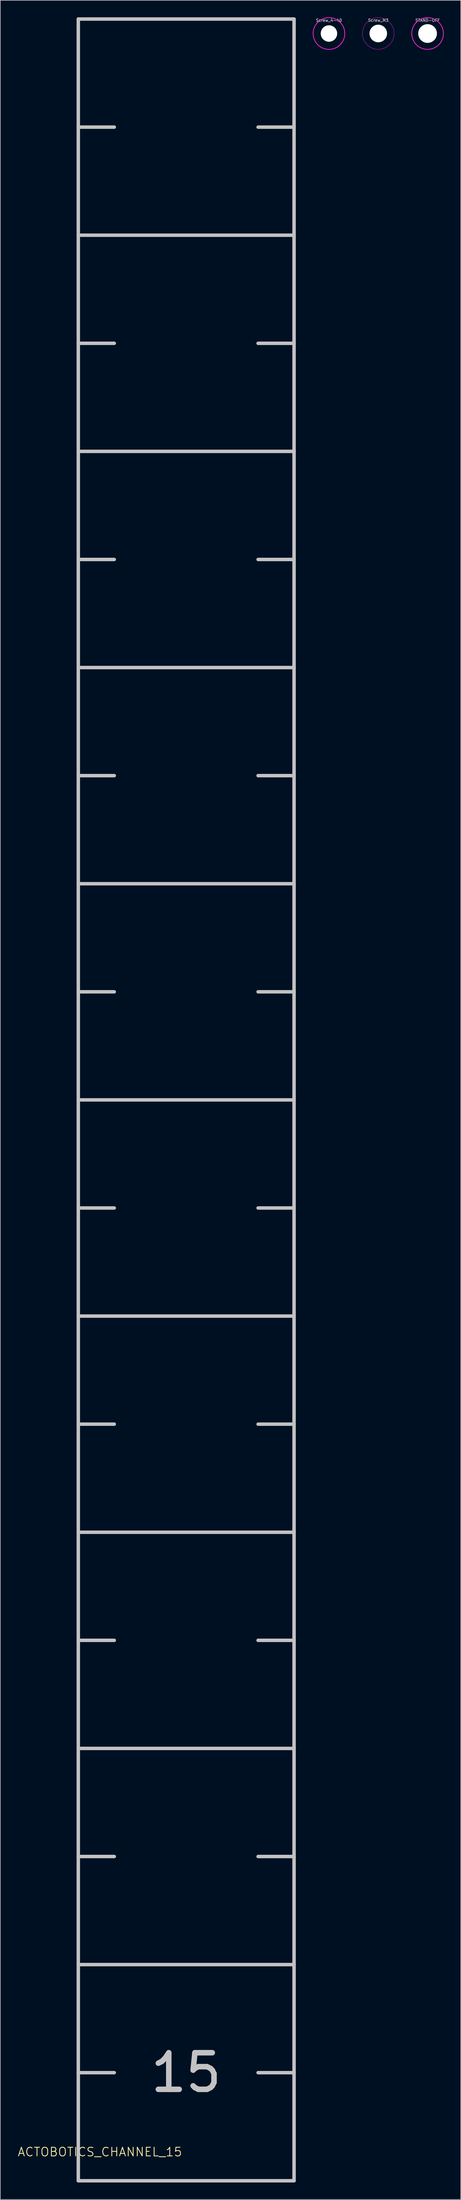
<source format=kicad_pcb>
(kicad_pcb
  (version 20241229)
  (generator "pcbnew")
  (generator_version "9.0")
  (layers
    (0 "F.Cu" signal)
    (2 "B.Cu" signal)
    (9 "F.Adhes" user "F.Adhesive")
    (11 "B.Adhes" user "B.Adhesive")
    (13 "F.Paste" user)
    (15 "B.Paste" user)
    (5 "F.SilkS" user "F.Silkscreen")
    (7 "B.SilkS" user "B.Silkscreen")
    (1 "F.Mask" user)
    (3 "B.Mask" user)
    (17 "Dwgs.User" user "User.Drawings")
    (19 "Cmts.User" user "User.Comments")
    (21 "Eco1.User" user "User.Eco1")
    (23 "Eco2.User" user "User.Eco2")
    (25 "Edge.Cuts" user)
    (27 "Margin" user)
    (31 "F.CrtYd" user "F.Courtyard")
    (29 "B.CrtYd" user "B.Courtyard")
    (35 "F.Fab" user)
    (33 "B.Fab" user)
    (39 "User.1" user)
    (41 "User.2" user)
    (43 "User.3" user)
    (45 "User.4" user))
  (footprint "Screw_4-40"
    (layer "F.Cu")
    (at 55.039 2.857)
    (property "Reference" "Screw_4-40" (at 0 -2.032 0) (layer "F.Fab") (effects (font (size 0.5 0.5) (thickness 0.1)) (justify bottom)))
    (fp_circle (center 0 0) (end 2.794 0) (stroke (width 0.127) (type solid)) (fill no) (layer "F.CrtYd"))
    (pad "" np_thru_hole circle (at 0 0) (size 2.9 2.9) (drill 2.9) (layers "*.Cu" "*.Mask")))
  (footprint "ACTOBOTICS_CHANNEL_15"
    (layer "F.Cu")
    (at 10.777 381.305)
    (property "Reference" "ACTOBOTICS_CHANNEL_15" (at 3.81 -5.08 0) (layer "F.SilkS") (effects (font (size 1.524 1.524) (thickness 0.15))))
    (attr exclude_from_pos_files exclude_from_bom)
    (fp_line (start 0 -381) (end 0 -342.9) (stroke (width 0.61) (type solid)) (layer "Dwgs.User"))
    (fp_line (start 0 -361.95) (end 6.35 -361.95) (stroke (width 0.61) (type solid)) (layer "Dwgs.User"))
    (fp_line (start 0 -342.9) (end 0 -304.8) (stroke (width 0.61) (type solid)) (layer "Dwgs.User"))
    (fp_line (start 0 -342.9) (end 38.1 -342.9) (stroke (width 0.61) (type solid)) (layer "Dwgs.User"))
    (fp_line (start 0 -323.85) (end 6.35 -323.85) (stroke (width 0.61) (type solid)) (layer "Dwgs.User"))
    (fp_line (start 0 -304.8) (end 0 -190.5) (stroke (width 0.61) (type solid)) (layer "Dwgs.User"))
    (fp_line (start 0 -304.8) (end 38.1 -304.8) (stroke (width 0.61) (type solid)) (layer "Dwgs.User"))
    (fp_line (start 0 -285.75) (end 6.35 -285.75) (stroke (width 0.61) (type solid)) (layer "Dwgs.User"))
    (fp_line (start 0 -266.7) (end 38.1 -266.7) (stroke (width 0.61) (type solid)) (layer "Dwgs.User"))
    (fp_line (start 0 -247.65) (end 6.35 -247.65) (stroke (width 0.61) (type solid)) (layer "Dwgs.User"))
    (fp_line (start 0 -228.6) (end 38.1 -228.6) (stroke (width 0.61) (type solid)) (layer "Dwgs.User"))
    (fp_line (start 0 -209.55) (end 6.35 -209.55) (stroke (width 0.61) (type solid)) (layer "Dwgs.User"))
    (fp_line (start 0 -190.5) (end 0 -152.4) (stroke (width 0.61) (type solid)) (layer "Dwgs.User"))
    (fp_line (start 0 -190.5) (end 38.1 -190.5) (stroke (width 0.61) (type solid)) (layer "Dwgs.User"))
    (fp_line (start 0 -171.45) (end 6.35 -171.45) (stroke (width 0.61) (type solid)) (layer "Dwgs.User"))
    (fp_line (start 0 -152.4) (end 0 -114.3) (stroke (width 0.61) (type solid)) (layer "Dwgs.User"))
    (fp_line (start 0 -152.4) (end 38.1 -152.4) (stroke (width 0.61) (type solid)) (layer "Dwgs.User"))
    (fp_line (start 0 -133.35) (end 6.35 -133.35) (stroke (width 0.61) (type solid)) (layer "Dwgs.User"))
    (fp_line (start 0 -114.3) (end 0 -76.2) (stroke (width 0.61) (type solid)) (layer "Dwgs.User"))
    (fp_line (start 0 -114.3) (end 38.1 -114.3) (stroke (width 0.61) (type solid)) (layer "Dwgs.User"))
    (fp_line (start 0 -95.25) (end 6.35 -95.25) (stroke (width 0.61) (type solid)) (layer "Dwgs.User"))
    (fp_line (start 0 -76.2) (end 0 -57.15) (stroke (width 0.61) (type solid)) (layer "Dwgs.User"))
    (fp_line (start 0 -76.2) (end 38.1 -76.2) (stroke (width 0.61) (type solid)) (layer "Dwgs.User"))
    (fp_line (start 0 -57.15) (end 0 -38.1) (stroke (width 0.61) (type solid)) (layer "Dwgs.User"))
    (fp_line (start 0 -57.15) (end 6.35 -57.15) (stroke (width 0.61) (type solid)) (layer "Dwgs.User"))
    (fp_line (start 0 -38.1) (end 0 -19.05) (stroke (width 0.61) (type solid)) (layer "Dwgs.User"))
    (fp_line (start 0 -38.1) (end 38.1 -38.1) (stroke (width 0.61) (type solid)) (layer "Dwgs.User"))
    (fp_line (start 0 -19.05) (end 0 0) (stroke (width 0.61) (type solid)) (layer "Dwgs.User"))
    (fp_line (start 0 -19.05) (end 6.35 -19.05) (stroke (width 0.61) (type solid)) (layer "Dwgs.User"))
    (fp_line (start 0 0) (end 38.1 0) (stroke (width 0.61) (type solid)) (layer "Dwgs.User"))
    (fp_line (start 38.1 -381) (end 0 -381) (stroke (width 0.61) (type solid)) (layer "Dwgs.User"))
    (fp_line (start 38.1 -361.95) (end 31.75 -361.95) (stroke (width 0.61) (type solid)) (layer "Dwgs.User"))
    (fp_line (start 38.1 -342.9) (end 38.1 -381) (stroke (width 0.61) (type solid)) (layer "Dwgs.User"))
    (fp_line (start 38.1 -323.85) (end 31.75 -323.85) (stroke (width 0.61) (type solid)) (layer "Dwgs.User"))
    (fp_line (start 38.1 -304.8) (end 38.1 -342.9) (stroke (width 0.61) (type solid)) (layer "Dwgs.User"))
    (fp_line (start 38.1 -285.75) (end 31.75 -285.75) (stroke (width 0.61) (type solid)) (layer "Dwgs.User"))
    (fp_line (start 38.1 -247.65) (end 31.75 -247.65) (stroke (width 0.61) (type solid)) (layer "Dwgs.User"))
    (fp_line (start 38.1 -209.55) (end 31.75 -209.55) (stroke (width 0.61) (type solid)) (layer "Dwgs.User"))
    (fp_line (start 38.1 -190.5) (end 38.1 -304.8) (stroke (width 0.61) (type solid)) (layer "Dwgs.User"))
    (fp_line (start 38.1 -171.45) (end 31.75 -171.45) (stroke (width 0.61) (type solid)) (layer "Dwgs.User"))
    (fp_line (start 38.1 -152.4) (end 38.1 -190.5) (stroke (width 0.61) (type solid)) (layer "Dwgs.User"))
    (fp_line (start 38.1 -133.35) (end 31.75 -133.35) (stroke (width 0.61) (type solid)) (layer "Dwgs.User"))
    (fp_line (start 38.1 -114.3) (end 38.1 -152.4) (stroke (width 0.61) (type solid)) (layer "Dwgs.User"))
    (fp_line (start 38.1 -95.25) (end 31.75 -95.25) (stroke (width 0.61) (type solid)) (layer "Dwgs.User"))
    (fp_line (start 38.1 -76.2) (end 38.1 -114.3) (stroke (width 0.61) (type solid)) (layer "Dwgs.User"))
    (fp_line (start 38.1 -57.15) (end 31.75 -57.15) (stroke (width 0.61) (type solid)) (layer "Dwgs.User"))
    (fp_line (start 38.1 -57.15) (end 38.1 -76.2) (stroke (width 0.61) (type solid)) (layer "Dwgs.User"))
    (fp_line (start 38.1 -38.1) (end 38.1 -57.15) (stroke (width 0.61) (type solid)) (layer "Dwgs.User"))
    (fp_line (start 38.1 -19.05) (end 31.75 -19.05) (stroke (width 0.61) (type solid)) (layer "Dwgs.User"))
    (fp_line (start 38.1 -19.05) (end 38.1 -38.1) (stroke (width 0.61) (type solid)) (layer "Dwgs.User"))
    (fp_line (start 38.1 0) (end 38.1 -19.05) (stroke (width 0.61) (type solid)) (layer "Dwgs.User"))
    (fp_text user "15" (at 19.05 -19.05 180) (layer "Dwgs.User") (effects (font (size 6.452 6.452) (thickness 0.97)))))
  (footprint "Screw_M3"
    (layer "F.Cu")
    (at 63.747 2.85)
    (property "Reference" "Screw_M3" (at 0 -2.032 0) (layer "F.Fab") (effects (font (size 0.5 0.5) (thickness 0.1)) (justify bottom)))
    (fp_circle (center 0 0) (end 2.794 0) (stroke (width 0.05) (type solid)) (fill no) (layer "F.CrtYd"))
    (fp_circle (center 0 0) (end 2.8 0) (stroke (width 0.1) (type default)) (fill no) (layer "User.1"))
    (pad "" np_thru_hole circle (at 0 0) (size 3.1 3.1) (drill 3.1) (layers "*.Cu" "*.Mask")))
  (footprint "STAND-OFF"
    (layer "F.Cu")
    (at 72.454 2.857)
    (property "Reference" "STAND-OFF" (at 0 -2.032 0) (layer "F.Fab") (effects (font (size 0.5 0.5) (thickness 0.1)) (justify bottom)))
    (fp_circle (center 0 0) (end 2.794 0) (stroke (width 0.127) (type solid)) (fill no) (layer "F.CrtYd"))
    (pad "" np_thru_hole circle (at 0 0) (size 3.302 3.302) (drill 3.302) (layers "*.Cu" "*.Mask")))
  (gr_rect
    (start -3 -3)
    (end 78.312 384.61)
    (stroke (width 0.1) (type default))
    (fill no)
    (layer "Edge.Cuts")))
</source>
